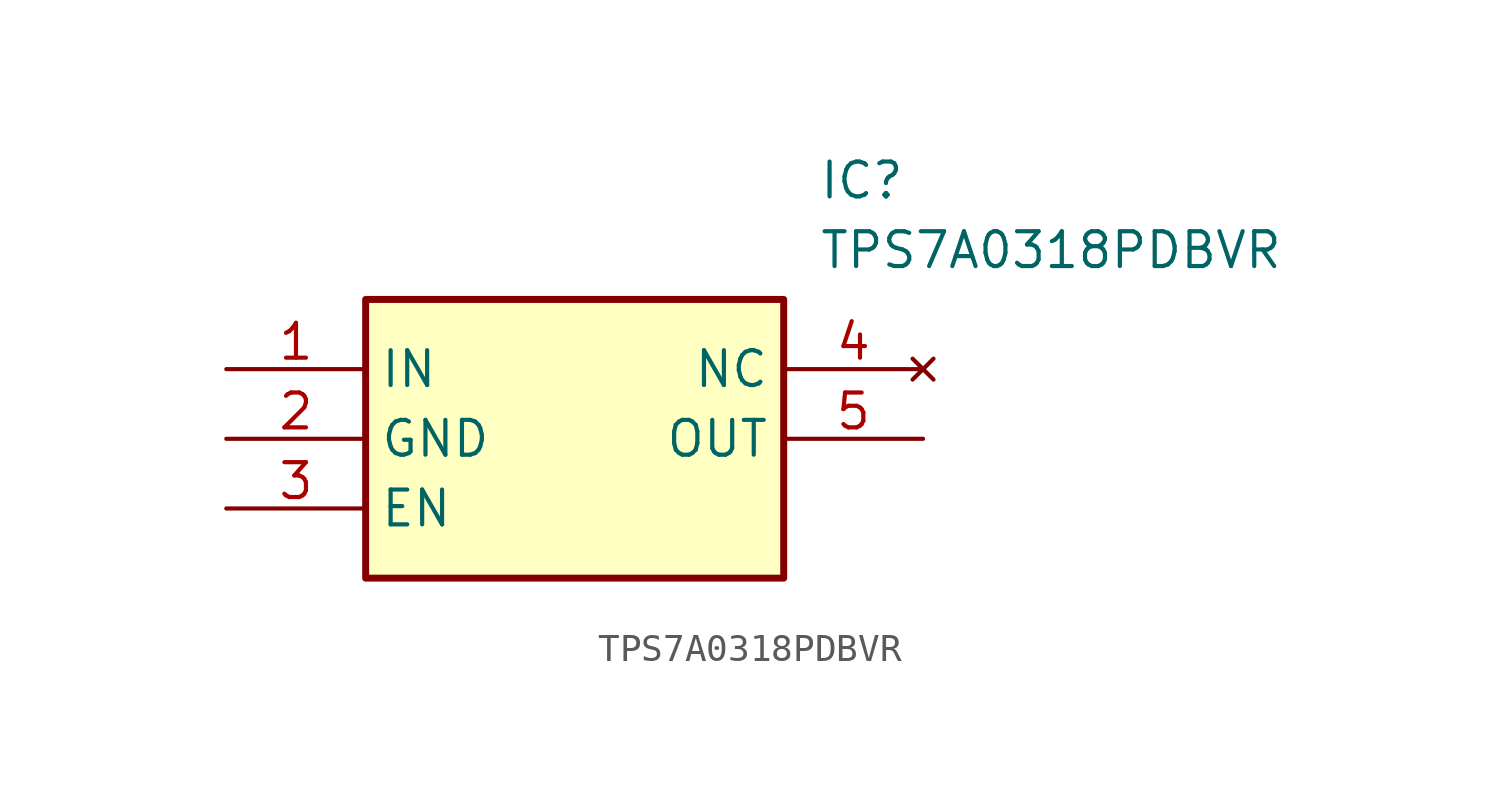
<source format=kicad_sym>
(kicad_symbol_lib
  (version 20220914)
  (generator kicad_symbol_editor)
  (symbol "TPS7A0318PDBVR"
    (property "Reference" "IC"
      (at 21.59 7.62 0)
      (effects (font (size 1.27 1.27)) (justify left top)))
    (property "Value" "TPS7A0318PDBVR"
      (at 21.59 5.08 0)
      (effects (font (size 1.27 1.27)) (justify left top)))
    (symbol "TPS7A0318PDBVR_1_1"
      (rectangle (start 5.08 2.54) (end 20.32 -7.62) (stroke (width 0.254) (type default)) (fill (type background)))
      (pin passive line (at 0 0 0) (length 5.08) (name "IN" (effects (font (size 1.27 1.27)))) (number "1" (effects (font (size 1.27 1.27)))))
      (pin passive line (at 0 -2.54 0) (length 5.08) (name "GND" (effects (font (size 1.27 1.27)))) (number "2" (effects (font (size 1.27 1.27)))))
      (pin passive line (at 0 -5.08 0) (length 5.08) (name "EN" (effects (font (size 1.27 1.27)))) (number "3" (effects (font (size 1.27 1.27)))))
      (pin no_connect line (at 25.4 0 180) (length 5.08) (name "NC" (effects (font (size 1.27 1.27)))) (number "4" (effects (font (size 1.27 1.27)))))
      (pin passive line (at 25.4 -2.54 180) (length 5.08) (name "OUT" (effects (font (size 1.27 1.27)))) (number "5" (effects (font (size 1.27 1.27))))))))
</source>
